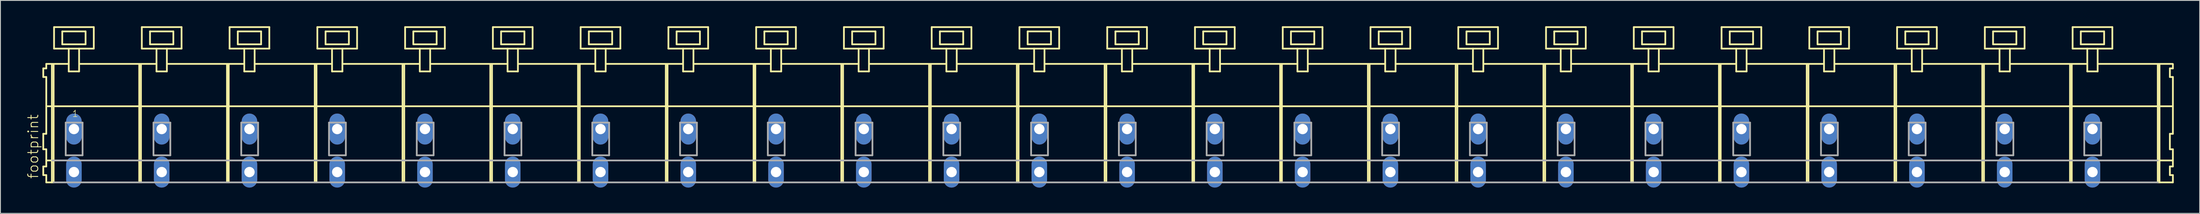
<source format=kicad_pcb>
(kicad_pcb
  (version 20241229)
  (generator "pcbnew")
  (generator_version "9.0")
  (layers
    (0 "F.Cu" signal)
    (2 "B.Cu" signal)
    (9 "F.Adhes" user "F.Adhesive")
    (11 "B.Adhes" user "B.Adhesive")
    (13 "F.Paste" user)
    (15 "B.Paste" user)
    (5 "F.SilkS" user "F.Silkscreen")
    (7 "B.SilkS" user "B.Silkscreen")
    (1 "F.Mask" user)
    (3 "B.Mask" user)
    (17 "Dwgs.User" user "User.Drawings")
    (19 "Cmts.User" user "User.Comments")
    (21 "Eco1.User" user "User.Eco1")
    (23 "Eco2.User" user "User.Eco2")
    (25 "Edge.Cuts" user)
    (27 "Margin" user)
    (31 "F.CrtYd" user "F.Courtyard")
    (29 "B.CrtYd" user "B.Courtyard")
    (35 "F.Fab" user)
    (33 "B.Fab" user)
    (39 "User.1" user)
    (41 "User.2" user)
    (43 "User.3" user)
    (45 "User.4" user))
  (footprint "footprint"
    (layer "F.Cu")
    (at 124.888 11.952)
    (property "Reference" "footprint" (at -123.415 5.855 90) (layer "F.SilkS") (effects (font (size 1.168 1.168) (thickness 0.102)) (justify left bottom)))
    (fp_line (start -122.93 -7.05) (end -122.93 -6.05) (stroke (width 0.203) (type solid)) (layer "F.SilkS"))
    (fp_line (start -122.93 -6.05) (end -122.58 -6.05) (stroke (width 0.203) (type solid)) (layer "F.SilkS"))
    (fp_line (start -122.93 0.55) (end -122.93 2.35) (stroke (width 0.203) (type solid)) (layer "F.SilkS"))
    (fp_line (start -122.93 2.35) (end -122.58 2.35) (stroke (width 0.203) (type solid)) (layer "F.SilkS"))
    (fp_line (start -122.93 4.35) (end -122.93 5.35) (stroke (width 0.203) (type solid)) (layer "F.SilkS"))
    (fp_line (start -122.93 5.35) (end -122.58 5.35) (stroke (width 0.203) (type solid)) (layer "F.SilkS"))
    (fp_line (start -122.58 -7.575) (end -122.58 -7.05) (stroke (width 0.203) (type solid)) (layer "F.SilkS"))
    (fp_line (start -122.58 -7.575) (end -120.005 -7.575) (stroke (width 0.203) (type solid)) (layer "F.SilkS"))
    (fp_line (start -122.58 -7.05) (end -122.93 -7.05) (stroke (width 0.203) (type solid)) (layer "F.SilkS"))
    (fp_line (start -122.58 -6.05) (end -122.58 0.55) (stroke (width 0.203) (type solid)) (layer "F.SilkS"))
    (fp_line (start -122.58 0.55) (end -122.93 0.55) (stroke (width 0.203) (type solid)) (layer "F.SilkS"))
    (fp_line (start -122.58 2.35) (end -122.58 4.35) (stroke (width 0.203) (type solid)) (layer "F.SilkS"))
    (fp_line (start -122.58 3.65) (end -121.88 3.65) (stroke (width 0.203) (type solid)) (layer "F.SilkS"))
    (fp_line (start -122.58 4.35) (end -122.93 4.35) (stroke (width 0.203) (type solid)) (layer "F.SilkS"))
    (fp_line (start -122.58 5.35) (end -122.58 6.2) (stroke (width 0.203) (type solid)) (layer "F.SilkS"))
    (fp_line (start -122.58 6.2) (end -121.93 6.2) (stroke (width 0.203) (type solid)) (layer "F.SilkS"))
    (fp_line (start -122.53 -2.65) (end 123.56 -2.65) (stroke (width 0.203) (type solid)) (layer "F.SilkS"))
    (fp_line (start -121.93 -7.55) (end -121.93 6.2) (stroke (width 0.203) (type solid)) (layer "F.SilkS"))
    (fp_line (start -121.93 6.2) (end -121.73 6.2) (stroke (width 0.203) (type solid)) (layer "F.SilkS"))
    (fp_line (start -121.73 -7.55) (end -121.73 6.2) (stroke (width 0.203) (type solid)) (layer "F.SilkS"))
    (fp_line (start -121.68 -11.85) (end -121.68 -9.35) (stroke (width 0.203) (type solid)) (layer "F.SilkS"))
    (fp_line (start -121.68 -9.35) (end -119.98 -9.35) (stroke (width 0.203) (type solid)) (layer "F.SilkS"))
    (fp_line (start -120.73 -11.35) (end -120.73 -9.85) (stroke (width 0.203) (type solid)) (layer "F.SilkS"))
    (fp_line (start -120.73 -9.85) (end -118.03 -9.85) (stroke (width 0.203) (type solid)) (layer "F.SilkS"))
    (fp_line (start -119.98 -9.35) (end -119.98 -6.7) (stroke (width 0.203) (type solid)) (layer "F.SilkS"))
    (fp_line (start -119.98 -9.35) (end -118.78 -9.35) (stroke (width 0.203) (type solid)) (layer "F.SilkS"))
    (fp_line (start -119.98 -6.7) (end -118.78 -6.7) (stroke (width 0.203) (type solid)) (layer "F.SilkS"))
    (fp_line (start -118.78 -9.35) (end -117.08 -9.35) (stroke (width 0.203) (type solid)) (layer "F.SilkS"))
    (fp_line (start -118.78 -6.7) (end -118.78 -9.35) (stroke (width 0.203) (type solid)) (layer "F.SilkS"))
    (fp_line (start -118.755 -7.575) (end -109.841 -7.575) (stroke (width 0.203) (type solid)) (layer "F.SilkS"))
    (fp_line (start -118.03 -11.35) (end -120.73 -11.35) (stroke (width 0.203) (type solid)) (layer "F.SilkS"))
    (fp_line (start -118.03 -9.85) (end -118.03 -11.35) (stroke (width 0.203) (type solid)) (layer "F.SilkS"))
    (fp_line (start -117.08 -11.85) (end -121.68 -11.85) (stroke (width 0.203) (type solid)) (layer "F.SilkS"))
    (fp_line (start -117.08 -9.35) (end -117.08 -11.85) (stroke (width 0.203) (type solid)) (layer "F.SilkS"))
    (fp_line (start -111.82 -7.55) (end -111.82 6.2) (stroke (width 0.203) (type solid)) (layer "F.SilkS"))
    (fp_line (start -111.62 -7.55) (end -111.62 6.2) (stroke (width 0.203) (type solid)) (layer "F.SilkS"))
    (fp_line (start -111.52 -11.85) (end -111.52 -9.35) (stroke (width 0.203) (type solid)) (layer "F.SilkS"))
    (fp_line (start -111.52 -9.35) (end -109.82 -9.35) (stroke (width 0.203) (type solid)) (layer "F.SilkS"))
    (fp_line (start -110.57 -11.35) (end -110.57 -9.85) (stroke (width 0.203) (type solid)) (layer "F.SilkS"))
    (fp_line (start -110.57 -9.85) (end -107.87 -9.85) (stroke (width 0.203) (type solid)) (layer "F.SilkS"))
    (fp_line (start -109.82 -9.35) (end -109.82 -6.7) (stroke (width 0.203) (type solid)) (layer "F.SilkS"))
    (fp_line (start -109.82 -9.35) (end -108.62 -9.35) (stroke (width 0.203) (type solid)) (layer "F.SilkS"))
    (fp_line (start -109.82 -6.7) (end -108.62 -6.7) (stroke (width 0.203) (type solid)) (layer "F.SilkS"))
    (fp_line (start -108.62 -9.35) (end -106.92 -9.35) (stroke (width 0.203) (type solid)) (layer "F.SilkS"))
    (fp_line (start -108.62 -6.7) (end -108.62 -9.35) (stroke (width 0.203) (type solid)) (layer "F.SilkS"))
    (fp_line (start -108.595 -7.575) (end -99.681 -7.575) (stroke (width 0.203) (type solid)) (layer "F.SilkS"))
    (fp_line (start -107.87 -11.35) (end -110.57 -11.35) (stroke (width 0.203) (type solid)) (layer "F.SilkS"))
    (fp_line (start -107.87 -9.85) (end -107.87 -11.35) (stroke (width 0.203) (type solid)) (layer "F.SilkS"))
    (fp_line (start -106.92 -11.85) (end -111.52 -11.85) (stroke (width 0.203) (type solid)) (layer "F.SilkS"))
    (fp_line (start -106.92 -9.35) (end -106.92 -11.85) (stroke (width 0.203) (type solid)) (layer "F.SilkS"))
    (fp_line (start -101.66 -7.55) (end -101.66 6.2) (stroke (width 0.203) (type solid)) (layer "F.SilkS"))
    (fp_line (start -101.46 -7.55) (end -101.46 6.2) (stroke (width 0.203) (type solid)) (layer "F.SilkS"))
    (fp_line (start -101.36 -11.85) (end -101.36 -9.35) (stroke (width 0.203) (type solid)) (layer "F.SilkS"))
    (fp_line (start -101.36 -9.35) (end -99.66 -9.35) (stroke (width 0.203) (type solid)) (layer "F.SilkS"))
    (fp_line (start -100.41 -11.35) (end -100.41 -9.85) (stroke (width 0.203) (type solid)) (layer "F.SilkS"))
    (fp_line (start -100.41 -9.85) (end -97.71 -9.85) (stroke (width 0.203) (type solid)) (layer "F.SilkS"))
    (fp_line (start -99.66 -9.35) (end -99.66 -6.7) (stroke (width 0.203) (type solid)) (layer "F.SilkS"))
    (fp_line (start -99.66 -9.35) (end -98.46 -9.35) (stroke (width 0.203) (type solid)) (layer "F.SilkS"))
    (fp_line (start -99.66 -6.7) (end -98.46 -6.7) (stroke (width 0.203) (type solid)) (layer "F.SilkS"))
    (fp_line (start -98.46 -9.35) (end -96.76 -9.35) (stroke (width 0.203) (type solid)) (layer "F.SilkS"))
    (fp_line (start -98.46 -6.7) (end -98.46 -9.35) (stroke (width 0.203) (type solid)) (layer "F.SilkS"))
    (fp_line (start -98.435 -7.575) (end -89.521 -7.575) (stroke (width 0.203) (type solid)) (layer "F.SilkS"))
    (fp_line (start -97.71 -11.35) (end -100.41 -11.35) (stroke (width 0.203) (type solid)) (layer "F.SilkS"))
    (fp_line (start -97.71 -9.85) (end -97.71 -11.35) (stroke (width 0.203) (type solid)) (layer "F.SilkS"))
    (fp_line (start -96.76 -11.85) (end -101.36 -11.85) (stroke (width 0.203) (type solid)) (layer "F.SilkS"))
    (fp_line (start -96.76 -9.35) (end -96.76 -11.85) (stroke (width 0.203) (type solid)) (layer "F.SilkS"))
    (fp_line (start -91.5 -7.55) (end -91.5 6.2) (stroke (width 0.203) (type solid)) (layer "F.SilkS"))
    (fp_line (start -91.3 -7.55) (end -91.3 6.2) (stroke (width 0.203) (type solid)) (layer "F.SilkS"))
    (fp_line (start -91.2 -11.85) (end -91.2 -9.35) (stroke (width 0.203) (type solid)) (layer "F.SilkS"))
    (fp_line (start -91.2 -9.35) (end -89.5 -9.35) (stroke (width 0.203) (type solid)) (layer "F.SilkS"))
    (fp_line (start -90.25 -11.35) (end -90.25 -9.85) (stroke (width 0.203) (type solid)) (layer "F.SilkS"))
    (fp_line (start -90.25 -9.85) (end -87.55 -9.85) (stroke (width 0.203) (type solid)) (layer "F.SilkS"))
    (fp_line (start -89.5 -9.35) (end -89.5 -6.7) (stroke (width 0.203) (type solid)) (layer "F.SilkS"))
    (fp_line (start -89.5 -9.35) (end -88.3 -9.35) (stroke (width 0.203) (type solid)) (layer "F.SilkS"))
    (fp_line (start -89.5 -6.7) (end -88.3 -6.7) (stroke (width 0.203) (type solid)) (layer "F.SilkS"))
    (fp_line (start -88.3 -9.35) (end -86.6 -9.35) (stroke (width 0.203) (type solid)) (layer "F.SilkS"))
    (fp_line (start -88.3 -6.7) (end -88.3 -9.35) (stroke (width 0.203) (type solid)) (layer "F.SilkS"))
    (fp_line (start -88.275 -7.575) (end -79.361 -7.575) (stroke (width 0.203) (type solid)) (layer "F.SilkS"))
    (fp_line (start -87.55 -11.35) (end -90.25 -11.35) (stroke (width 0.203) (type solid)) (layer "F.SilkS"))
    (fp_line (start -87.55 -9.85) (end -87.55 -11.35) (stroke (width 0.203) (type solid)) (layer "F.SilkS"))
    (fp_line (start -86.6 -11.85) (end -91.2 -11.85) (stroke (width 0.203) (type solid)) (layer "F.SilkS"))
    (fp_line (start -86.6 -9.35) (end -86.6 -11.85) (stroke (width 0.203) (type solid)) (layer "F.SilkS"))
    (fp_line (start -81.34 -7.55) (end -81.34 6.2) (stroke (width 0.203) (type solid)) (layer "F.SilkS"))
    (fp_line (start -81.14 -7.55) (end -81.14 6.2) (stroke (width 0.203) (type solid)) (layer "F.SilkS"))
    (fp_line (start -81.04 -11.85) (end -81.04 -9.35) (stroke (width 0.203) (type solid)) (layer "F.SilkS"))
    (fp_line (start -81.04 -9.35) (end -79.34 -9.35) (stroke (width 0.203) (type solid)) (layer "F.SilkS"))
    (fp_line (start -80.09 -11.35) (end -80.09 -9.85) (stroke (width 0.203) (type solid)) (layer "F.SilkS"))
    (fp_line (start -80.09 -9.85) (end -77.39 -9.85) (stroke (width 0.203) (type solid)) (layer "F.SilkS"))
    (fp_line (start -79.34 -9.35) (end -79.34 -6.7) (stroke (width 0.203) (type solid)) (layer "F.SilkS"))
    (fp_line (start -79.34 -9.35) (end -78.14 -9.35) (stroke (width 0.203) (type solid)) (layer "F.SilkS"))
    (fp_line (start -79.34 -6.7) (end -78.14 -6.7) (stroke (width 0.203) (type solid)) (layer "F.SilkS"))
    (fp_line (start -78.14 -9.35) (end -76.44 -9.35) (stroke (width 0.203) (type solid)) (layer "F.SilkS"))
    (fp_line (start -78.14 -6.7) (end -78.14 -9.35) (stroke (width 0.203) (type solid)) (layer "F.SilkS"))
    (fp_line (start -78.115 -7.575) (end -69.201 -7.575) (stroke (width 0.203) (type solid)) (layer "F.SilkS"))
    (fp_line (start -77.39 -11.35) (end -80.09 -11.35) (stroke (width 0.203) (type solid)) (layer "F.SilkS"))
    (fp_line (start -77.39 -9.85) (end -77.39 -11.35) (stroke (width 0.203) (type solid)) (layer "F.SilkS"))
    (fp_line (start -76.44 -11.85) (end -81.04 -11.85) (stroke (width 0.203) (type solid)) (layer "F.SilkS"))
    (fp_line (start -76.44 -9.35) (end -76.44 -11.85) (stroke (width 0.203) (type solid)) (layer "F.SilkS"))
    (fp_line (start -71.18 -7.55) (end -71.18 6.2) (stroke (width 0.203) (type solid)) (layer "F.SilkS"))
    (fp_line (start -70.98 -7.55) (end -70.98 6.2) (stroke (width 0.203) (type solid)) (layer "F.SilkS"))
    (fp_line (start -70.88 -11.85) (end -70.88 -9.35) (stroke (width 0.203) (type solid)) (layer "F.SilkS"))
    (fp_line (start -70.88 -9.35) (end -69.18 -9.35) (stroke (width 0.203) (type solid)) (layer "F.SilkS"))
    (fp_line (start -69.93 -11.35) (end -69.93 -9.85) (stroke (width 0.203) (type solid)) (layer "F.SilkS"))
    (fp_line (start -69.93 -9.85) (end -67.23 -9.85) (stroke (width 0.203) (type solid)) (layer "F.SilkS"))
    (fp_line (start -69.18 -9.35) (end -69.18 -6.7) (stroke (width 0.203) (type solid)) (layer "F.SilkS"))
    (fp_line (start -69.18 -9.35) (end -67.98 -9.35) (stroke (width 0.203) (type solid)) (layer "F.SilkS"))
    (fp_line (start -69.18 -6.7) (end -67.98 -6.7) (stroke (width 0.203) (type solid)) (layer "F.SilkS"))
    (fp_line (start -67.98 -9.35) (end -66.28 -9.35) (stroke (width 0.203) (type solid)) (layer "F.SilkS"))
    (fp_line (start -67.98 -6.7) (end -67.98 -9.35) (stroke (width 0.203) (type solid)) (layer "F.SilkS"))
    (fp_line (start -67.955 -7.575) (end -59.041 -7.575) (stroke (width 0.203) (type solid)) (layer "F.SilkS"))
    (fp_line (start -67.23 -11.35) (end -69.93 -11.35) (stroke (width 0.203) (type solid)) (layer "F.SilkS"))
    (fp_line (start -67.23 -9.85) (end -67.23 -11.35) (stroke (width 0.203) (type solid)) (layer "F.SilkS"))
    (fp_line (start -66.28 -11.85) (end -70.88 -11.85) (stroke (width 0.203) (type solid)) (layer "F.SilkS"))
    (fp_line (start -66.28 -9.35) (end -66.28 -11.85) (stroke (width 0.203) (type solid)) (layer "F.SilkS"))
    (fp_line (start -61.02 -7.55) (end -61.02 6.2) (stroke (width 0.203) (type solid)) (layer "F.SilkS"))
    (fp_line (start -60.82 -7.55) (end -60.82 6.2) (stroke (width 0.203) (type solid)) (layer "F.SilkS"))
    (fp_line (start -60.72 -11.85) (end -60.72 -9.35) (stroke (width 0.203) (type solid)) (layer "F.SilkS"))
    (fp_line (start -60.72 -9.35) (end -59.02 -9.35) (stroke (width 0.203) (type solid)) (layer "F.SilkS"))
    (fp_line (start -59.77 -11.35) (end -59.77 -9.85) (stroke (width 0.203) (type solid)) (layer "F.SilkS"))
    (fp_line (start -59.77 -9.85) (end -57.07 -9.85) (stroke (width 0.203) (type solid)) (layer "F.SilkS"))
    (fp_line (start -59.02 -9.35) (end -59.02 -6.7) (stroke (width 0.203) (type solid)) (layer "F.SilkS"))
    (fp_line (start -59.02 -9.35) (end -57.82 -9.35) (stroke (width 0.203) (type solid)) (layer "F.SilkS"))
    (fp_line (start -59.02 -6.7) (end -57.82 -6.7) (stroke (width 0.203) (type solid)) (layer "F.SilkS"))
    (fp_line (start -57.82 -9.35) (end -56.12 -9.35) (stroke (width 0.203) (type solid)) (layer "F.SilkS"))
    (fp_line (start -57.82 -6.7) (end -57.82 -9.35) (stroke (width 0.203) (type solid)) (layer "F.SilkS"))
    (fp_line (start -57.795 -7.575) (end -48.881 -7.575) (stroke (width 0.203) (type solid)) (layer "F.SilkS"))
    (fp_line (start -57.07 -11.35) (end -59.77 -11.35) (stroke (width 0.203) (type solid)) (layer "F.SilkS"))
    (fp_line (start -57.07 -9.85) (end -57.07 -11.35) (stroke (width 0.203) (type solid)) (layer "F.SilkS"))
    (fp_line (start -56.12 -11.85) (end -60.72 -11.85) (stroke (width 0.203) (type solid)) (layer "F.SilkS"))
    (fp_line (start -56.12 -9.35) (end -56.12 -11.85) (stroke (width 0.203) (type solid)) (layer "F.SilkS"))
    (fp_line (start -50.86 -7.55) (end -50.86 6.2) (stroke (width 0.203) (type solid)) (layer "F.SilkS"))
    (fp_line (start -50.66 -7.55) (end -50.66 6.2) (stroke (width 0.203) (type solid)) (layer "F.SilkS"))
    (fp_line (start -50.56 -11.85) (end -50.56 -9.35) (stroke (width 0.203) (type solid)) (layer "F.SilkS"))
    (fp_line (start -50.56 -9.35) (end -48.86 -9.35) (stroke (width 0.203) (type solid)) (layer "F.SilkS"))
    (fp_line (start -49.61 -11.35) (end -49.61 -9.85) (stroke (width 0.203) (type solid)) (layer "F.SilkS"))
    (fp_line (start -49.61 -9.85) (end -46.91 -9.85) (stroke (width 0.203) (type solid)) (layer "F.SilkS"))
    (fp_line (start -48.86 -9.35) (end -48.86 -6.7) (stroke (width 0.203) (type solid)) (layer "F.SilkS"))
    (fp_line (start -48.86 -9.35) (end -47.66 -9.35) (stroke (width 0.203) (type solid)) (layer "F.SilkS"))
    (fp_line (start -48.86 -6.7) (end -47.66 -6.7) (stroke (width 0.203) (type solid)) (layer "F.SilkS"))
    (fp_line (start -47.66 -9.35) (end -45.96 -9.35) (stroke (width 0.203) (type solid)) (layer "F.SilkS"))
    (fp_line (start -47.66 -6.7) (end -47.66 -9.35) (stroke (width 0.203) (type solid)) (layer "F.SilkS"))
    (fp_line (start -47.635 -7.575) (end -38.721 -7.575) (stroke (width 0.203) (type solid)) (layer "F.SilkS"))
    (fp_line (start -46.91 -11.35) (end -49.61 -11.35) (stroke (width 0.203) (type solid)) (layer "F.SilkS"))
    (fp_line (start -46.91 -9.85) (end -46.91 -11.35) (stroke (width 0.203) (type solid)) (layer "F.SilkS"))
    (fp_line (start -45.96 -11.85) (end -50.56 -11.85) (stroke (width 0.203) (type solid)) (layer "F.SilkS"))
    (fp_line (start -45.96 -9.35) (end -45.96 -11.85) (stroke (width 0.203) (type solid)) (layer "F.SilkS"))
    (fp_line (start -40.7 -7.55) (end -40.7 6.2) (stroke (width 0.203) (type solid)) (layer "F.SilkS"))
    (fp_line (start -40.5 -7.55) (end -40.5 6.2) (stroke (width 0.203) (type solid)) (layer "F.SilkS"))
    (fp_line (start -40.4 -11.85) (end -40.4 -9.35) (stroke (width 0.203) (type solid)) (layer "F.SilkS"))
    (fp_line (start -40.4 -9.35) (end -38.7 -9.35) (stroke (width 0.203) (type solid)) (layer "F.SilkS"))
    (fp_line (start -39.45 -11.35) (end -39.45 -9.85) (stroke (width 0.203) (type solid)) (layer "F.SilkS"))
    (fp_line (start -39.45 -9.85) (end -36.75 -9.85) (stroke (width 0.203) (type solid)) (layer "F.SilkS"))
    (fp_line (start -38.7 -9.35) (end -38.7 -6.7) (stroke (width 0.203) (type solid)) (layer "F.SilkS"))
    (fp_line (start -38.7 -9.35) (end -37.5 -9.35) (stroke (width 0.203) (type solid)) (layer "F.SilkS"))
    (fp_line (start -38.7 -6.7) (end -37.5 -6.7) (stroke (width 0.203) (type solid)) (layer "F.SilkS"))
    (fp_line (start -37.5 -9.35) (end -35.8 -9.35) (stroke (width 0.203) (type solid)) (layer "F.SilkS"))
    (fp_line (start -37.5 -6.7) (end -37.5 -9.35) (stroke (width 0.203) (type solid)) (layer "F.SilkS"))
    (fp_line (start -37.475 -7.575) (end -28.561 -7.575) (stroke (width 0.203) (type solid)) (layer "F.SilkS"))
    (fp_line (start -36.75 -11.35) (end -39.45 -11.35) (stroke (width 0.203) (type solid)) (layer "F.SilkS"))
    (fp_line (start -36.75 -9.85) (end -36.75 -11.35) (stroke (width 0.203) (type solid)) (layer "F.SilkS"))
    (fp_line (start -35.8 -11.85) (end -40.4 -11.85) (stroke (width 0.203) (type solid)) (layer "F.SilkS"))
    (fp_line (start -35.8 -9.35) (end -35.8 -11.85) (stroke (width 0.203) (type solid)) (layer "F.SilkS"))
    (fp_line (start -30.54 -7.55) (end -30.54 6.2) (stroke (width 0.203) (type solid)) (layer "F.SilkS"))
    (fp_line (start -30.34 -7.55) (end -30.34 6.2) (stroke (width 0.203) (type solid)) (layer "F.SilkS"))
    (fp_line (start -30.24 -11.85) (end -30.24 -9.35) (stroke (width 0.203) (type solid)) (layer "F.SilkS"))
    (fp_line (start -30.24 -9.35) (end -28.54 -9.35) (stroke (width 0.203) (type solid)) (layer "F.SilkS"))
    (fp_line (start -29.29 -11.35) (end -29.29 -9.85) (stroke (width 0.203) (type solid)) (layer "F.SilkS"))
    (fp_line (start -29.29 -9.85) (end -26.59 -9.85) (stroke (width 0.203) (type solid)) (layer "F.SilkS"))
    (fp_line (start -28.54 -9.35) (end -28.54 -6.7) (stroke (width 0.203) (type solid)) (layer "F.SilkS"))
    (fp_line (start -28.54 -9.35) (end -27.34 -9.35) (stroke (width 0.203) (type solid)) (layer "F.SilkS"))
    (fp_line (start -28.54 -6.7) (end -27.34 -6.7) (stroke (width 0.203) (type solid)) (layer "F.SilkS"))
    (fp_line (start -27.34 -9.35) (end -25.64 -9.35) (stroke (width 0.203) (type solid)) (layer "F.SilkS"))
    (fp_line (start -27.34 -6.7) (end -27.34 -9.35) (stroke (width 0.203) (type solid)) (layer "F.SilkS"))
    (fp_line (start -27.315 -7.575) (end -18.401 -7.575) (stroke (width 0.203) (type solid)) (layer "F.SilkS"))
    (fp_line (start -26.59 -11.35) (end -29.29 -11.35) (stroke (width 0.203) (type solid)) (layer "F.SilkS"))
    (fp_line (start -26.59 -9.85) (end -26.59 -11.35) (stroke (width 0.203) (type solid)) (layer "F.SilkS"))
    (fp_line (start -25.64 -11.85) (end -30.24 -11.85) (stroke (width 0.203) (type solid)) (layer "F.SilkS"))
    (fp_line (start -25.64 -9.35) (end -25.64 -11.85) (stroke (width 0.203) (type solid)) (layer "F.SilkS"))
    (fp_line (start -20.38 -7.55) (end -20.38 6.2) (stroke (width 0.203) (type solid)) (layer "F.SilkS"))
    (fp_line (start -20.18 -7.55) (end -20.18 6.2) (stroke (width 0.203) (type solid)) (layer "F.SilkS"))
    (fp_line (start -20.08 -11.85) (end -20.08 -9.35) (stroke (width 0.203) (type solid)) (layer "F.SilkS"))
    (fp_line (start -20.08 -9.35) (end -18.38 -9.35) (stroke (width 0.203) (type solid)) (layer "F.SilkS"))
    (fp_line (start -19.13 -11.35) (end -19.13 -9.85) (stroke (width 0.203) (type solid)) (layer "F.SilkS"))
    (fp_line (start -19.13 -9.85) (end -16.43 -9.85) (stroke (width 0.203) (type solid)) (layer "F.SilkS"))
    (fp_line (start -18.38 -9.35) (end -18.38 -6.7) (stroke (width 0.203) (type solid)) (layer "F.SilkS"))
    (fp_line (start -18.38 -9.35) (end -17.18 -9.35) (stroke (width 0.203) (type solid)) (layer "F.SilkS"))
    (fp_line (start -18.38 -6.7) (end -17.18 -6.7) (stroke (width 0.203) (type solid)) (layer "F.SilkS"))
    (fp_line (start -17.18 -9.35) (end -15.48 -9.35) (stroke (width 0.203) (type solid)) (layer "F.SilkS"))
    (fp_line (start -17.18 -6.7) (end -17.18 -9.35) (stroke (width 0.203) (type solid)) (layer "F.SilkS"))
    (fp_line (start -17.155 -7.575) (end -8.241 -7.575) (stroke (width 0.203) (type solid)) (layer "F.SilkS"))
    (fp_line (start -16.43 -11.35) (end -19.13 -11.35) (stroke (width 0.203) (type solid)) (layer "F.SilkS"))
    (fp_line (start -16.43 -9.85) (end -16.43 -11.35) (stroke (width 0.203) (type solid)) (layer "F.SilkS"))
    (fp_line (start -15.48 -11.85) (end -20.08 -11.85) (stroke (width 0.203) (type solid)) (layer "F.SilkS"))
    (fp_line (start -15.48 -9.35) (end -15.48 -11.85) (stroke (width 0.203) (type solid)) (layer "F.SilkS"))
    (fp_line (start -10.22 -7.55) (end -10.22 6.2) (stroke (width 0.203) (type solid)) (layer "F.SilkS"))
    (fp_line (start -10.02 -7.55) (end -10.02 6.2) (stroke (width 0.203) (type solid)) (layer "F.SilkS"))
    (fp_line (start -9.92 -11.85) (end -9.92 -9.35) (stroke (width 0.203) (type solid)) (layer "F.SilkS"))
    (fp_line (start -9.92 -9.35) (end -8.22 -9.35) (stroke (width 0.203) (type solid)) (layer "F.SilkS"))
    (fp_line (start -8.97 -11.35) (end -8.97 -9.85) (stroke (width 0.203) (type solid)) (layer "F.SilkS"))
    (fp_line (start -8.97 -9.85) (end -6.27 -9.85) (stroke (width 0.203) (type solid)) (layer "F.SilkS"))
    (fp_line (start -8.22 -9.35) (end -8.22 -6.7) (stroke (width 0.203) (type solid)) (layer "F.SilkS"))
    (fp_line (start -8.22 -9.35) (end -7.02 -9.35) (stroke (width 0.203) (type solid)) (layer "F.SilkS"))
    (fp_line (start -8.22 -6.7) (end -7.02 -6.7) (stroke (width 0.203) (type solid)) (layer "F.SilkS"))
    (fp_line (start -7.02 -9.35) (end -5.32 -9.35) (stroke (width 0.203) (type solid)) (layer "F.SilkS"))
    (fp_line (start -7.02 -6.7) (end -7.02 -9.35) (stroke (width 0.203) (type solid)) (layer "F.SilkS"))
    (fp_line (start -6.995 -7.575) (end 1.919 -7.575) (stroke (width 0.203) (type solid)) (layer "F.SilkS"))
    (fp_line (start -6.27 -11.35) (end -8.97 -11.35) (stroke (width 0.203) (type solid)) (layer "F.SilkS"))
    (fp_line (start -6.27 -9.85) (end -6.27 -11.35) (stroke (width 0.203) (type solid)) (layer "F.SilkS"))
    (fp_line (start -5.32 -11.85) (end -9.92 -11.85) (stroke (width 0.203) (type solid)) (layer "F.SilkS"))
    (fp_line (start -5.32 -9.35) (end -5.32 -11.85) (stroke (width 0.203) (type solid)) (layer "F.SilkS"))
    (fp_line (start -0.06 -7.55) (end -0.06 6.2) (stroke (width 0.203) (type solid)) (layer "F.SilkS"))
    (fp_line (start 0.14 -7.55) (end 0.14 6.2) (stroke (width 0.203) (type solid)) (layer "F.SilkS"))
    (fp_line (start 0.24 -11.85) (end 0.24 -9.35) (stroke (width 0.203) (type solid)) (layer "F.SilkS"))
    (fp_line (start 0.24 -9.35) (end 1.94 -9.35) (stroke (width 0.203) (type solid)) (layer "F.SilkS"))
    (fp_line (start 1.19 -11.35) (end 1.19 -9.85) (stroke (width 0.203) (type solid)) (layer "F.SilkS"))
    (fp_line (start 1.19 -9.85) (end 3.89 -9.85) (stroke (width 0.203) (type solid)) (layer "F.SilkS"))
    (fp_line (start 1.94 -9.35) (end 1.94 -6.7) (stroke (width 0.203) (type solid)) (layer "F.SilkS"))
    (fp_line (start 1.94 -9.35) (end 3.14 -9.35) (stroke (width 0.203) (type solid)) (layer "F.SilkS"))
    (fp_line (start 1.94 -6.7) (end 3.14 -6.7) (stroke (width 0.203) (type solid)) (layer "F.SilkS"))
    (fp_line (start 3.14 -9.35) (end 4.84 -9.35) (stroke (width 0.203) (type solid)) (layer "F.SilkS"))
    (fp_line (start 3.14 -6.7) (end 3.14 -9.35) (stroke (width 0.203) (type solid)) (layer "F.SilkS"))
    (fp_line (start 3.165 -7.575) (end 12.079 -7.575) (stroke (width 0.203) (type solid)) (layer "F.SilkS"))
    (fp_line (start 3.89 -11.35) (end 1.19 -11.35) (stroke (width 0.203) (type solid)) (layer "F.SilkS"))
    (fp_line (start 3.89 -9.85) (end 3.89 -11.35) (stroke (width 0.203) (type solid)) (layer "F.SilkS"))
    (fp_line (start 4.84 -11.85) (end 0.24 -11.85) (stroke (width 0.203) (type solid)) (layer "F.SilkS"))
    (fp_line (start 4.84 -9.35) (end 4.84 -11.85) (stroke (width 0.203) (type solid)) (layer "F.SilkS"))
    (fp_line (start 10.1 -7.55) (end 10.1 6.2) (stroke (width 0.203) (type solid)) (layer "F.SilkS"))
    (fp_line (start 10.3 -7.55) (end 10.3 6.2) (stroke (width 0.203) (type solid)) (layer "F.SilkS"))
    (fp_line (start 10.4 -11.85) (end 10.4 -9.35) (stroke (width 0.203) (type solid)) (layer "F.SilkS"))
    (fp_line (start 10.4 -9.35) (end 12.1 -9.35) (stroke (width 0.203) (type solid)) (layer "F.SilkS"))
    (fp_line (start 11.35 -11.35) (end 11.35 -9.85) (stroke (width 0.203) (type solid)) (layer "F.SilkS"))
    (fp_line (start 11.35 -9.85) (end 14.05 -9.85) (stroke (width 0.203) (type solid)) (layer "F.SilkS"))
    (fp_line (start 12.1 -9.35) (end 12.1 -6.7) (stroke (width 0.203) (type solid)) (layer "F.SilkS"))
    (fp_line (start 12.1 -9.35) (end 13.3 -9.35) (stroke (width 0.203) (type solid)) (layer "F.SilkS"))
    (fp_line (start 12.1 -6.7) (end 13.3 -6.7) (stroke (width 0.203) (type solid)) (layer "F.SilkS"))
    (fp_line (start 13.3 -9.35) (end 15 -9.35) (stroke (width 0.203) (type solid)) (layer "F.SilkS"))
    (fp_line (start 13.3 -6.7) (end 13.3 -9.35) (stroke (width 0.203) (type solid)) (layer "F.SilkS"))
    (fp_line (start 13.325 -7.575) (end 22.239 -7.575) (stroke (width 0.203) (type solid)) (layer "F.SilkS"))
    (fp_line (start 14.05 -11.35) (end 11.35 -11.35) (stroke (width 0.203) (type solid)) (layer "F.SilkS"))
    (fp_line (start 14.05 -9.85) (end 14.05 -11.35) (stroke (width 0.203) (type solid)) (layer "F.SilkS"))
    (fp_line (start 15 -11.85) (end 10.4 -11.85) (stroke (width 0.203) (type solid)) (layer "F.SilkS"))
    (fp_line (start 15 -9.35) (end 15 -11.85) (stroke (width 0.203) (type solid)) (layer "F.SilkS"))
    (fp_line (start 20.26 -7.55) (end 20.26 6.2) (stroke (width 0.203) (type solid)) (layer "F.SilkS"))
    (fp_line (start 20.46 -7.55) (end 20.46 6.2) (stroke (width 0.203) (type solid)) (layer "F.SilkS"))
    (fp_line (start 20.56 -11.85) (end 20.56 -9.35) (stroke (width 0.203) (type solid)) (layer "F.SilkS"))
    (fp_line (start 20.56 -9.35) (end 22.26 -9.35) (stroke (width 0.203) (type solid)) (layer "F.SilkS"))
    (fp_line (start 21.51 -11.35) (end 21.51 -9.85) (stroke (width 0.203) (type solid)) (layer "F.SilkS"))
    (fp_line (start 21.51 -9.85) (end 24.21 -9.85) (stroke (width 0.203) (type solid)) (layer "F.SilkS"))
    (fp_line (start 22.26 -9.35) (end 22.26 -6.7) (stroke (width 0.203) (type solid)) (layer "F.SilkS"))
    (fp_line (start 22.26 -9.35) (end 23.46 -9.35) (stroke (width 0.203) (type solid)) (layer "F.SilkS"))
    (fp_line (start 22.26 -6.7) (end 23.46 -6.7) (stroke (width 0.203) (type solid)) (layer "F.SilkS"))
    (fp_line (start 23.46 -9.35) (end 25.16 -9.35) (stroke (width 0.203) (type solid)) (layer "F.SilkS"))
    (fp_line (start 23.46 -6.7) (end 23.46 -9.35) (stroke (width 0.203) (type solid)) (layer "F.SilkS"))
    (fp_line (start 23.485 -7.575) (end 32.399 -7.575) (stroke (width 0.203) (type solid)) (layer "F.SilkS"))
    (fp_line (start 24.21 -11.35) (end 21.51 -11.35) (stroke (width 0.203) (type solid)) (layer "F.SilkS"))
    (fp_line (start 24.21 -9.85) (end 24.21 -11.35) (stroke (width 0.203) (type solid)) (layer "F.SilkS"))
    (fp_line (start 25.16 -11.85) (end 20.56 -11.85) (stroke (width 0.203) (type solid)) (layer "F.SilkS"))
    (fp_line (start 25.16 -9.35) (end 25.16 -11.85) (stroke (width 0.203) (type solid)) (layer "F.SilkS"))
    (fp_line (start 30.42 -7.55) (end 30.42 6.2) (stroke (width 0.203) (type solid)) (layer "F.SilkS"))
    (fp_line (start 30.62 -7.55) (end 30.62 6.2) (stroke (width 0.203) (type solid)) (layer "F.SilkS"))
    (fp_line (start 30.72 -11.85) (end 30.72 -9.35) (stroke (width 0.203) (type solid)) (layer "F.SilkS"))
    (fp_line (start 30.72 -9.35) (end 32.42 -9.35) (stroke (width 0.203) (type solid)) (layer "F.SilkS"))
    (fp_line (start 31.67 -11.35) (end 31.67 -9.85) (stroke (width 0.203) (type solid)) (layer "F.SilkS"))
    (fp_line (start 31.67 -9.85) (end 34.37 -9.85) (stroke (width 0.203) (type solid)) (layer "F.SilkS"))
    (fp_line (start 32.42 -9.35) (end 32.42 -6.7) (stroke (width 0.203) (type solid)) (layer "F.SilkS"))
    (fp_line (start 32.42 -9.35) (end 33.62 -9.35) (stroke (width 0.203) (type solid)) (layer "F.SilkS"))
    (fp_line (start 32.42 -6.7) (end 33.62 -6.7) (stroke (width 0.203) (type solid)) (layer "F.SilkS"))
    (fp_line (start 33.62 -9.35) (end 35.32 -9.35) (stroke (width 0.203) (type solid)) (layer "F.SilkS"))
    (fp_line (start 33.62 -6.7) (end 33.62 -9.35) (stroke (width 0.203) (type solid)) (layer "F.SilkS"))
    (fp_line (start 33.645 -7.575) (end 42.559 -7.575) (stroke (width 0.203) (type solid)) (layer "F.SilkS"))
    (fp_line (start 34.37 -11.35) (end 31.67 -11.35) (stroke (width 0.203) (type solid)) (layer "F.SilkS"))
    (fp_line (start 34.37 -9.85) (end 34.37 -11.35) (stroke (width 0.203) (type solid)) (layer "F.SilkS"))
    (fp_line (start 35.32 -11.85) (end 30.72 -11.85) (stroke (width 0.203) (type solid)) (layer "F.SilkS"))
    (fp_line (start 35.32 -9.35) (end 35.32 -11.85) (stroke (width 0.203) (type solid)) (layer "F.SilkS"))
    (fp_line (start 40.58 -7.55) (end 40.58 6.2) (stroke (width 0.203) (type solid)) (layer "F.SilkS"))
    (fp_line (start 40.78 -7.55) (end 40.78 6.2) (stroke (width 0.203) (type solid)) (layer "F.SilkS"))
    (fp_line (start 40.88 -11.85) (end 40.88 -9.35) (stroke (width 0.203) (type solid)) (layer "F.SilkS"))
    (fp_line (start 40.88 -9.35) (end 42.58 -9.35) (stroke (width 0.203) (type solid)) (layer "F.SilkS"))
    (fp_line (start 41.83 -11.35) (end 41.83 -9.85) (stroke (width 0.203) (type solid)) (layer "F.SilkS"))
    (fp_line (start 41.83 -9.85) (end 44.53 -9.85) (stroke (width 0.203) (type solid)) (layer "F.SilkS"))
    (fp_line (start 42.58 -9.35) (end 42.58 -6.7) (stroke (width 0.203) (type solid)) (layer "F.SilkS"))
    (fp_line (start 42.58 -9.35) (end 43.78 -9.35) (stroke (width 0.203) (type solid)) (layer "F.SilkS"))
    (fp_line (start 42.58 -6.7) (end 43.78 -6.7) (stroke (width 0.203) (type solid)) (layer "F.SilkS"))
    (fp_line (start 43.78 -9.35) (end 45.48 -9.35) (stroke (width 0.203) (type solid)) (layer "F.SilkS"))
    (fp_line (start 43.78 -6.7) (end 43.78 -9.35) (stroke (width 0.203) (type solid)) (layer "F.SilkS"))
    (fp_line (start 43.805 -7.575) (end 52.719 -7.575) (stroke (width 0.203) (type solid)) (layer "F.SilkS"))
    (fp_line (start 44.53 -11.35) (end 41.83 -11.35) (stroke (width 0.203) (type solid)) (layer "F.SilkS"))
    (fp_line (start 44.53 -9.85) (end 44.53 -11.35) (stroke (width 0.203) (type solid)) (layer "F.SilkS"))
    (fp_line (start 45.48 -11.85) (end 40.88 -11.85) (stroke (width 0.203) (type solid)) (layer "F.SilkS"))
    (fp_line (start 45.48 -9.35) (end 45.48 -11.85) (stroke (width 0.203) (type solid)) (layer "F.SilkS"))
    (fp_line (start 50.74 -7.55) (end 50.74 6.2) (stroke (width 0.203) (type solid)) (layer "F.SilkS"))
    (fp_line (start 50.94 -7.55) (end 50.94 6.2) (stroke (width 0.203) (type solid)) (layer "F.SilkS"))
    (fp_line (start 51.04 -11.85) (end 51.04 -9.35) (stroke (width 0.203) (type solid)) (layer "F.SilkS"))
    (fp_line (start 51.04 -9.35) (end 52.74 -9.35) (stroke (width 0.203) (type solid)) (layer "F.SilkS"))
    (fp_line (start 51.99 -11.35) (end 51.99 -9.85) (stroke (width 0.203) (type solid)) (layer "F.SilkS"))
    (fp_line (start 51.99 -9.85) (end 54.69 -9.85) (stroke (width 0.203) (type solid)) (layer "F.SilkS"))
    (fp_line (start 52.74 -9.35) (end 52.74 -6.7) (stroke (width 0.203) (type solid)) (layer "F.SilkS"))
    (fp_line (start 52.74 -9.35) (end 53.94 -9.35) (stroke (width 0.203) (type solid)) (layer "F.SilkS"))
    (fp_line (start 52.74 -6.7) (end 53.94 -6.7) (stroke (width 0.203) (type solid)) (layer "F.SilkS"))
    (fp_line (start 53.94 -9.35) (end 55.64 -9.35) (stroke (width 0.203) (type solid)) (layer "F.SilkS"))
    (fp_line (start 53.94 -6.7) (end 53.94 -9.35) (stroke (width 0.203) (type solid)) (layer "F.SilkS"))
    (fp_line (start 53.965 -7.575) (end 62.879 -7.575) (stroke (width 0.203) (type solid)) (layer "F.SilkS"))
    (fp_line (start 54.69 -11.35) (end 51.99 -11.35) (stroke (width 0.203) (type solid)) (layer "F.SilkS"))
    (fp_line (start 54.69 -9.85) (end 54.69 -11.35) (stroke (width 0.203) (type solid)) (layer "F.SilkS"))
    (fp_line (start 55.64 -11.85) (end 51.04 -11.85) (stroke (width 0.203) (type solid)) (layer "F.SilkS"))
    (fp_line (start 55.64 -9.35) (end 55.64 -11.85) (stroke (width 0.203) (type solid)) (layer "F.SilkS"))
    (fp_line (start 60.9 -7.55) (end 60.9 6.2) (stroke (width 0.203) (type solid)) (layer "F.SilkS"))
    (fp_line (start 61.1 -7.55) (end 61.1 6.2) (stroke (width 0.203) (type solid)) (layer "F.SilkS"))
    (fp_line (start 61.2 -11.85) (end 61.2 -9.35) (stroke (width 0.203) (type solid)) (layer "F.SilkS"))
    (fp_line (start 61.2 -9.35) (end 62.9 -9.35) (stroke (width 0.203) (type solid)) (layer "F.SilkS"))
    (fp_line (start 62.15 -11.35) (end 62.15 -9.85) (stroke (width 0.203) (type solid)) (layer "F.SilkS"))
    (fp_line (start 62.15 -9.85) (end 64.85 -9.85) (stroke (width 0.203) (type solid)) (layer "F.SilkS"))
    (fp_line (start 62.9 -9.35) (end 62.9 -6.7) (stroke (width 0.203) (type solid)) (layer "F.SilkS"))
    (fp_line (start 62.9 -9.35) (end 64.1 -9.35) (stroke (width 0.203) (type solid)) (layer "F.SilkS"))
    (fp_line (start 62.9 -6.7) (end 64.1 -6.7) (stroke (width 0.203) (type solid)) (layer "F.SilkS"))
    (fp_line (start 64.1 -9.35) (end 65.8 -9.35) (stroke (width 0.203) (type solid)) (layer "F.SilkS"))
    (fp_line (start 64.1 -6.7) (end 64.1 -9.35) (stroke (width 0.203) (type solid)) (layer "F.SilkS"))
    (fp_line (start 64.125 -7.575) (end 73.039 -7.575) (stroke (width 0.203) (type solid)) (layer "F.SilkS"))
    (fp_line (start 64.85 -11.35) (end 62.15 -11.35) (stroke (width 0.203) (type solid)) (layer "F.SilkS"))
    (fp_line (start 64.85 -9.85) (end 64.85 -11.35) (stroke (width 0.203) (type solid)) (layer "F.SilkS"))
    (fp_line (start 65.8 -11.85) (end 61.2 -11.85) (stroke (width 0.203) (type solid)) (layer "F.SilkS"))
    (fp_line (start 65.8 -9.35) (end 65.8 -11.85) (stroke (width 0.203) (type solid)) (layer "F.SilkS"))
    (fp_line (start 71.06 -7.55) (end 71.06 6.2) (stroke (width 0.203) (type solid)) (layer "F.SilkS"))
    (fp_line (start 71.26 -7.55) (end 71.26 6.2) (stroke (width 0.203) (type solid)) (layer "F.SilkS"))
    (fp_line (start 71.36 -11.85) (end 71.36 -9.35) (stroke (width 0.203) (type solid)) (layer "F.SilkS"))
    (fp_line (start 71.36 -9.35) (end 73.06 -9.35) (stroke (width 0.203) (type solid)) (layer "F.SilkS"))
    (fp_line (start 72.31 -11.35) (end 72.31 -9.85) (stroke (width 0.203) (type solid)) (layer "F.SilkS"))
    (fp_line (start 72.31 -9.85) (end 75.01 -9.85) (stroke (width 0.203) (type solid)) (layer "F.SilkS"))
    (fp_line (start 73.06 -9.35) (end 73.06 -6.7) (stroke (width 0.203) (type solid)) (layer "F.SilkS"))
    (fp_line (start 73.06 -9.35) (end 74.26 -9.35) (stroke (width 0.203) (type solid)) (layer "F.SilkS"))
    (fp_line (start 73.06 -6.7) (end 74.26 -6.7) (stroke (width 0.203) (type solid)) (layer "F.SilkS"))
    (fp_line (start 74.26 -9.35) (end 75.96 -9.35) (stroke (width 0.203) (type solid)) (layer "F.SilkS"))
    (fp_line (start 74.26 -6.7) (end 74.26 -9.35) (stroke (width 0.203) (type solid)) (layer "F.SilkS"))
    (fp_line (start 74.285 -7.575) (end 83.199 -7.575) (stroke (width 0.203) (type solid)) (layer "F.SilkS"))
    (fp_line (start 75.01 -11.35) (end 72.31 -11.35) (stroke (width 0.203) (type solid)) (layer "F.SilkS"))
    (fp_line (start 75.01 -9.85) (end 75.01 -11.35) (stroke (width 0.203) (type solid)) (layer "F.SilkS"))
    (fp_line (start 75.96 -11.85) (end 71.36 -11.85) (stroke (width 0.203) (type solid)) (layer "F.SilkS"))
    (fp_line (start 75.96 -9.35) (end 75.96 -11.85) (stroke (width 0.203) (type solid)) (layer "F.SilkS"))
    (fp_line (start 81.22 -7.55) (end 81.22 6.2) (stroke (width 0.203) (type solid)) (layer "F.SilkS"))
    (fp_line (start 81.42 -7.55) (end 81.42 6.2) (stroke (width 0.203) (type solid)) (layer "F.SilkS"))
    (fp_line (start 81.52 -11.85) (end 81.52 -9.35) (stroke (width 0.203) (type solid)) (layer "F.SilkS"))
    (fp_line (start 81.52 -9.35) (end 83.22 -9.35) (stroke (width 0.203) (type solid)) (layer "F.SilkS"))
    (fp_line (start 82.47 -11.35) (end 82.47 -9.85) (stroke (width 0.203) (type solid)) (layer "F.SilkS"))
    (fp_line (start 82.47 -9.85) (end 85.17 -9.85) (stroke (width 0.203) (type solid)) (layer "F.SilkS"))
    (fp_line (start 83.22 -9.35) (end 83.22 -6.7) (stroke (width 0.203) (type solid)) (layer "F.SilkS"))
    (fp_line (start 83.22 -9.35) (end 84.42 -9.35) (stroke (width 0.203) (type solid)) (layer "F.SilkS"))
    (fp_line (start 83.22 -6.7) (end 84.42 -6.7) (stroke (width 0.203) (type solid)) (layer "F.SilkS"))
    (fp_line (start 84.42 -9.35) (end 86.12 -9.35) (stroke (width 0.203) (type solid)) (layer "F.SilkS"))
    (fp_line (start 84.42 -6.7) (end 84.42 -9.35) (stroke (width 0.203) (type solid)) (layer "F.SilkS"))
    (fp_line (start 84.445 -7.575) (end 93.359 -7.575) (stroke (width 0.203) (type solid)) (layer "F.SilkS"))
    (fp_line (start 85.17 -11.35) (end 82.47 -11.35) (stroke (width 0.203) (type solid)) (layer "F.SilkS"))
    (fp_line (start 85.17 -9.85) (end 85.17 -11.35) (stroke (width 0.203) (type solid)) (layer "F.SilkS"))
    (fp_line (start 86.12 -11.85) (end 81.52 -11.85) (stroke (width 0.203) (type solid)) (layer "F.SilkS"))
    (fp_line (start 86.12 -9.35) (end 86.12 -11.85) (stroke (width 0.203) (type solid)) (layer "F.SilkS"))
    (fp_line (start 91.38 -7.55) (end 91.38 6.2) (stroke (width 0.203) (type solid)) (layer "F.SilkS"))
    (fp_line (start 91.58 -7.55) (end 91.58 6.2) (stroke (width 0.203) (type solid)) (layer "F.SilkS"))
    (fp_line (start 91.68 -11.85) (end 91.68 -9.35) (stroke (width 0.203) (type solid)) (layer "F.SilkS"))
    (fp_line (start 91.68 -9.35) (end 93.38 -9.35) (stroke (width 0.203) (type solid)) (layer "F.SilkS"))
    (fp_line (start 92.63 -11.35) (end 92.63 -9.85) (stroke (width 0.203) (type solid)) (layer "F.SilkS"))
    (fp_line (start 92.63 -9.85) (end 95.33 -9.85) (stroke (width 0.203) (type solid)) (layer "F.SilkS"))
    (fp_line (start 93.38 -9.35) (end 93.38 -6.7) (stroke (width 0.203) (type solid)) (layer "F.SilkS"))
    (fp_line (start 93.38 -9.35) (end 94.58 -9.35) (stroke (width 0.203) (type solid)) (layer "F.SilkS"))
    (fp_line (start 93.38 -6.7) (end 94.58 -6.7) (stroke (width 0.203) (type solid)) (layer "F.SilkS"))
    (fp_line (start 94.58 -9.35) (end 96.28 -9.35) (stroke (width 0.203) (type solid)) (layer "F.SilkS"))
    (fp_line (start 94.58 -6.7) (end 94.58 -9.35) (stroke (width 0.203) (type solid)) (layer "F.SilkS"))
    (fp_line (start 94.605 -7.575) (end 103.519 -7.575) (stroke (width 0.203) (type solid)) (layer "F.SilkS"))
    (fp_line (start 95.33 -11.35) (end 92.63 -11.35) (stroke (width 0.203) (type solid)) (layer "F.SilkS"))
    (fp_line (start 95.33 -9.85) (end 95.33 -11.35) (stroke (width 0.203) (type solid)) (layer "F.SilkS"))
    (fp_line (start 96.28 -11.85) (end 91.68 -11.85) (stroke (width 0.203) (type solid)) (layer "F.SilkS"))
    (fp_line (start 96.28 -9.35) (end 96.28 -11.85) (stroke (width 0.203) (type solid)) (layer "F.SilkS"))
    (fp_line (start 101.54 -7.55) (end 101.54 6.2) (stroke (width 0.203) (type solid)) (layer "F.SilkS"))
    (fp_line (start 101.74 -7.55) (end 101.74 6.2) (stroke (width 0.203) (type solid)) (layer "F.SilkS"))
    (fp_line (start 101.84 -11.85) (end 101.84 -9.35) (stroke (width 0.203) (type solid)) (layer "F.SilkS"))
    (fp_line (start 101.84 -9.35) (end 103.54 -9.35) (stroke (width 0.203) (type solid)) (layer "F.SilkS"))
    (fp_line (start 102.79 -11.35) (end 102.79 -9.85) (stroke (width 0.203) (type solid)) (layer "F.SilkS"))
    (fp_line (start 102.79 -9.85) (end 105.49 -9.85) (stroke (width 0.203) (type solid)) (layer "F.SilkS"))
    (fp_line (start 103.54 -9.35) (end 103.54 -6.7) (stroke (width 0.203) (type solid)) (layer "F.SilkS"))
    (fp_line (start 103.54 -9.35) (end 104.74 -9.35) (stroke (width 0.203) (type solid)) (layer "F.SilkS"))
    (fp_line (start 103.54 -6.7) (end 104.74 -6.7) (stroke (width 0.203) (type solid)) (layer "F.SilkS"))
    (fp_line (start 104.74 -9.35) (end 106.44 -9.35) (stroke (width 0.203) (type solid)) (layer "F.SilkS"))
    (fp_line (start 104.74 -6.7) (end 104.74 -9.35) (stroke (width 0.203) (type solid)) (layer "F.SilkS"))
    (fp_line (start 104.765 -7.575) (end 113.679 -7.575) (stroke (width 0.203) (type solid)) (layer "F.SilkS"))
    (fp_line (start 105.49 -11.35) (end 102.79 -11.35) (stroke (width 0.203) (type solid)) (layer "F.SilkS"))
    (fp_line (start 105.49 -9.85) (end 105.49 -11.35) (stroke (width 0.203) (type solid)) (layer "F.SilkS"))
    (fp_line (start 106.44 -11.85) (end 101.84 -11.85) (stroke (width 0.203) (type solid)) (layer "F.SilkS"))
    (fp_line (start 106.44 -9.35) (end 106.44 -11.85) (stroke (width 0.203) (type solid)) (layer "F.SilkS"))
    (fp_line (start 111.7 -7.55) (end 111.7 6.2) (stroke (width 0.203) (type solid)) (layer "F.SilkS"))
    (fp_line (start 111.9 -7.55) (end 111.9 6.2) (stroke (width 0.203) (type solid)) (layer "F.SilkS"))
    (fp_line (start 112 -11.85) (end 112 -9.35) (stroke (width 0.203) (type solid)) (layer "F.SilkS"))
    (fp_line (start 112 -9.35) (end 113.7 -9.35) (stroke (width 0.203) (type solid)) (layer "F.SilkS"))
    (fp_line (start 112.95 -11.35) (end 112.95 -9.85) (stroke (width 0.203) (type solid)) (layer "F.SilkS"))
    (fp_line (start 112.95 -9.85) (end 115.65 -9.85) (stroke (width 0.203) (type solid)) (layer "F.SilkS"))
    (fp_line (start 113.7 -9.35) (end 113.7 -6.7) (stroke (width 0.203) (type solid)) (layer "F.SilkS"))
    (fp_line (start 113.7 -9.35) (end 114.9 -9.35) (stroke (width 0.203) (type solid)) (layer "F.SilkS"))
    (fp_line (start 113.7 -6.7) (end 114.9 -6.7) (stroke (width 0.203) (type solid)) (layer "F.SilkS"))
    (fp_line (start 114.9 -9.35) (end 116.6 -9.35) (stroke (width 0.203) (type solid)) (layer "F.SilkS"))
    (fp_line (start 114.9 -6.7) (end 114.9 -9.35) (stroke (width 0.203) (type solid)) (layer "F.SilkS"))
    (fp_line (start 114.925 -7.575) (end 123.585 -7.575) (stroke (width 0.203) (type solid)) (layer "F.SilkS"))
    (fp_line (start 115.65 -11.35) (end 112.95 -11.35) (stroke (width 0.203) (type solid)) (layer "F.SilkS"))
    (fp_line (start 115.65 -9.85) (end 115.65 -11.35) (stroke (width 0.203) (type solid)) (layer "F.SilkS"))
    (fp_line (start 116.6 -11.85) (end 112 -11.85) (stroke (width 0.203) (type solid)) (layer "F.SilkS"))
    (fp_line (start 116.6 -9.35) (end 116.6 -11.85) (stroke (width 0.203) (type solid)) (layer "F.SilkS"))
    (fp_line (start 121.86 -7.55) (end 121.86 6.2) (stroke (width 0.203) (type solid)) (layer "F.SilkS"))
    (fp_line (start 121.86 6.2) (end 123.61 6.2) (stroke (width 0.203) (type solid)) (layer "F.SilkS"))
    (fp_line (start 121.91 3.65) (end 123.61 3.65) (stroke (width 0.203) (type solid)) (layer "F.SilkS"))
    (fp_line (start 122.06 -7.55) (end 122.06 6.2) (stroke (width 0.203) (type solid)) (layer "F.SilkS"))
    (fp_line (start 123.26 -7.05) (end 123.26 -6.05) (stroke (width 0.203) (type solid)) (layer "F.SilkS"))
    (fp_line (start 123.26 -6.05) (end 123.61 -6.05) (stroke (width 0.203) (type solid)) (layer "F.SilkS"))
    (fp_line (start 123.26 0.55) (end 123.26 2.35) (stroke (width 0.203) (type solid)) (layer "F.SilkS"))
    (fp_line (start 123.26 2.35) (end 123.61 2.35) (stroke (width 0.203) (type solid)) (layer "F.SilkS"))
    (fp_line (start 123.26 4.35) (end 123.26 5.35) (stroke (width 0.203) (type solid)) (layer "F.SilkS"))
    (fp_line (start 123.26 5.35) (end 123.61 5.35) (stroke (width 0.203) (type solid)) (layer "F.SilkS"))
    (fp_line (start 123.61 -7.05) (end 123.26 -7.05) (stroke (width 0.203) (type solid)) (layer "F.SilkS"))
    (fp_line (start 123.61 -7.05) (end 123.61 -7.55) (stroke (width 0.203) (type solid)) (layer "F.SilkS"))
    (fp_line (start 123.61 0.55) (end 123.26 0.55) (stroke (width 0.203) (type solid)) (layer "F.SilkS"))
    (fp_line (start 123.61 0.55) (end 123.61 -6.05) (stroke (width 0.203) (type solid)) (layer "F.SilkS"))
    (fp_line (start 123.61 3.65) (end 123.61 2.35) (stroke (width 0.203) (type solid)) (layer "F.SilkS"))
    (fp_line (start 123.61 4.35) (end 123.26 4.35) (stroke (width 0.203) (type solid)) (layer "F.SilkS"))
    (fp_line (start 123.61 4.35) (end 123.61 3.65) (stroke (width 0.203) (type solid)) (layer "F.SilkS"))
    (fp_line (start 123.61 6.2) (end 123.61 5.35) (stroke (width 0.203) (type solid)) (layer "F.SilkS"))
    (fp_line (start -121.88 3.65) (end 121.86 3.65) (stroke (width 0.203) (type solid)) (layer "F.Fab"))
    (fp_line (start -121.73 6.2) (end 121.86 6.2) (stroke (width 0.203) (type solid)) (layer "F.Fab"))
    (fp_line (start -120.33 -0.75) (end -120.33 3.05) (stroke (width 0.203) (type solid)) (layer "F.Fab"))
    (fp_line (start -120.33 3.05) (end -118.38 3.05) (stroke (width 0.203) (type solid)) (layer "F.Fab"))
    (fp_line (start -118.38 -0.75) (end -120.33 -0.75) (stroke (width 0.203) (type solid)) (layer "F.Fab"))
    (fp_line (start -118.38 3.05) (end -118.38 -0.75) (stroke (width 0.203) (type solid)) (layer "F.Fab"))
    (fp_line (start -110.17 -0.75) (end -110.17 3.05) (stroke (width 0.203) (type solid)) (layer "F.Fab"))
    (fp_line (start -110.17 3.05) (end -108.22 3.05) (stroke (width 0.203) (type solid)) (layer "F.Fab"))
    (fp_line (start -108.22 -0.75) (end -110.17 -0.75) (stroke (width 0.203) (type solid)) (layer "F.Fab"))
    (fp_line (start -108.22 3.05) (end -108.22 -0.75) (stroke (width 0.203) (type solid)) (layer "F.Fab"))
    (fp_line (start -100.01 -0.75) (end -100.01 3.05) (stroke (width 0.203) (type solid)) (layer "F.Fab"))
    (fp_line (start -100.01 3.05) (end -98.06 3.05) (stroke (width 0.203) (type solid)) (layer "F.Fab"))
    (fp_line (start -98.06 -0.75) (end -100.01 -0.75) (stroke (width 0.203) (type solid)) (layer "F.Fab"))
    (fp_line (start -98.06 3.05) (end -98.06 -0.75) (stroke (width 0.203) (type solid)) (layer "F.Fab"))
    (fp_line (start -89.85 -0.75) (end -89.85 3.05) (stroke (width 0.203) (type solid)) (layer "F.Fab"))
    (fp_line (start -89.85 3.05) (end -87.9 3.05) (stroke (width 0.203) (type solid)) (layer "F.Fab"))
    (fp_line (start -87.9 -0.75) (end -89.85 -0.75) (stroke (width 0.203) (type solid)) (layer "F.Fab"))
    (fp_line (start -87.9 3.05) (end -87.9 -0.75) (stroke (width 0.203) (type solid)) (layer "F.Fab"))
    (fp_line (start -79.69 -0.75) (end -79.69 3.05) (stroke (width 0.203) (type solid)) (layer "F.Fab"))
    (fp_line (start -79.69 3.05) (end -77.74 3.05) (stroke (width 0.203) (type solid)) (layer "F.Fab"))
    (fp_line (start -77.74 -0.75) (end -79.69 -0.75) (stroke (width 0.203) (type solid)) (layer "F.Fab"))
    (fp_line (start -77.74 3.05) (end -77.74 -0.75) (stroke (width 0.203) (type solid)) (layer "F.Fab"))
    (fp_line (start -69.53 -0.75) (end -69.53 3.05) (stroke (width 0.203) (type solid)) (layer "F.Fab"))
    (fp_line (start -69.53 3.05) (end -67.58 3.05) (stroke (width 0.203) (type solid)) (layer "F.Fab"))
    (fp_line (start -67.58 -0.75) (end -69.53 -0.75) (stroke (width 0.203) (type solid)) (layer "F.Fab"))
    (fp_line (start -67.58 3.05) (end -67.58 -0.75) (stroke (width 0.203) (type solid)) (layer "F.Fab"))
    (fp_line (start -59.37 -0.75) (end -59.37 3.05) (stroke (width 0.203) (type solid)) (layer "F.Fab"))
    (fp_line (start -59.37 3.05) (end -57.42 3.05) (stroke (width 0.203) (type solid)) (layer "F.Fab"))
    (fp_line (start -57.42 -0.75) (end -59.37 -0.75) (stroke (width 0.203) (type solid)) (layer "F.Fab"))
    (fp_line (start -57.42 3.05) (end -57.42 -0.75) (stroke (width 0.203) (type solid)) (layer "F.Fab"))
    (fp_line (start -49.21 -0.75) (end -49.21 3.05) (stroke (width 0.203) (type solid)) (layer "F.Fab"))
    (fp_line (start -49.21 3.05) (end -47.26 3.05) (stroke (width 0.203) (type solid)) (layer "F.Fab"))
    (fp_line (start -47.26 -0.75) (end -49.21 -0.75) (stroke (width 0.203) (type solid)) (layer "F.Fab"))
    (fp_line (start -47.26 3.05) (end -47.26 -0.75) (stroke (width 0.203) (type solid)) (layer "F.Fab"))
    (fp_line (start -39.05 -0.75) (end -39.05 3.05) (stroke (width 0.203) (type solid)) (layer "F.Fab"))
    (fp_line (start -39.05 3.05) (end -37.1 3.05) (stroke (width 0.203) (type solid)) (layer "F.Fab"))
    (fp_line (start -37.1 -0.75) (end -39.05 -0.75) (stroke (width 0.203) (type solid)) (layer "F.Fab"))
    (fp_line (start -37.1 3.05) (end -37.1 -0.75) (stroke (width 0.203) (type solid)) (layer "F.Fab"))
    (fp_line (start -28.89 -0.75) (end -28.89 3.05) (stroke (width 0.203) (type solid)) (layer "F.Fab"))
    (fp_line (start -28.89 3.05) (end -26.94 3.05) (stroke (width 0.203) (type solid)) (layer "F.Fab"))
    (fp_line (start -26.94 -0.75) (end -28.89 -0.75) (stroke (width 0.203) (type solid)) (layer "F.Fab"))
    (fp_line (start -26.94 3.05) (end -26.94 -0.75) (stroke (width 0.203) (type solid)) (layer "F.Fab"))
    (fp_line (start -18.73 -0.75) (end -18.73 3.05) (stroke (width 0.203) (type solid)) (layer "F.Fab"))
    (fp_line (start -18.73 3.05) (end -16.78 3.05) (stroke (width 0.203) (type solid)) (layer "F.Fab"))
    (fp_line (start -16.78 -0.75) (end -18.73 -0.75) (stroke (width 0.203) (type solid)) (layer "F.Fab"))
    (fp_line (start -16.78 3.05) (end -16.78 -0.75) (stroke (width 0.203) (type solid)) (layer "F.Fab"))
    (fp_line (start -8.57 -0.75) (end -8.57 3.05) (stroke (width 0.203) (type solid)) (layer "F.Fab"))
    (fp_line (start -8.57 3.05) (end -6.62 3.05) (stroke (width 0.203) (type solid)) (layer "F.Fab"))
    (fp_line (start -6.62 -0.75) (end -8.57 -0.75) (stroke (width 0.203) (type solid)) (layer "F.Fab"))
    (fp_line (start -6.62 3.05) (end -6.62 -0.75) (stroke (width 0.203) (type solid)) (layer "F.Fab"))
    (fp_line (start 1.59 -0.75) (end 1.59 3.05) (stroke (width 0.203) (type solid)) (layer "F.Fab"))
    (fp_line (start 1.59 3.05) (end 3.54 3.05) (stroke (width 0.203) (type solid)) (layer "F.Fab"))
    (fp_line (start 3.54 -0.75) (end 1.59 -0.75) (stroke (width 0.203) (type solid)) (layer "F.Fab"))
    (fp_line (start 3.54 3.05) (end 3.54 -0.75) (stroke (width 0.203) (type solid)) (layer "F.Fab"))
    (fp_line (start 11.75 -0.75) (end 11.75 3.05) (stroke (width 0.203) (type solid)) (layer "F.Fab"))
    (fp_line (start 11.75 3.05) (end 13.7 3.05) (stroke (width 0.203) (type solid)) (layer "F.Fab"))
    (fp_line (start 13.7 -0.75) (end 11.75 -0.75) (stroke (width 0.203) (type solid)) (layer "F.Fab"))
    (fp_line (start 13.7 3.05) (end 13.7 -0.75) (stroke (width 0.203) (type solid)) (layer "F.Fab"))
    (fp_line (start 21.91 -0.75) (end 21.91 3.05) (stroke (width 0.203) (type solid)) (layer "F.Fab"))
    (fp_line (start 21.91 3.05) (end 23.86 3.05) (stroke (width 0.203) (type solid)) (layer "F.Fab"))
    (fp_line (start 23.86 -0.75) (end 21.91 -0.75) (stroke (width 0.203) (type solid)) (layer "F.Fab"))
    (fp_line (start 23.86 3.05) (end 23.86 -0.75) (stroke (width 0.203) (type solid)) (layer "F.Fab"))
    (fp_line (start 32.07 -0.75) (end 32.07 3.05) (stroke (width 0.203) (type solid)) (layer "F.Fab"))
    (fp_line (start 32.07 3.05) (end 34.02 3.05) (stroke (width 0.203) (type solid)) (layer "F.Fab"))
    (fp_line (start 34.02 -0.75) (end 32.07 -0.75) (stroke (width 0.203) (type solid)) (layer "F.Fab"))
    (fp_line (start 34.02 3.05) (end 34.02 -0.75) (stroke (width 0.203) (type solid)) (layer "F.Fab"))
    (fp_line (start 42.23 -0.75) (end 42.23 3.05) (stroke (width 0.203) (type solid)) (layer "F.Fab"))
    (fp_line (start 42.23 3.05) (end 44.18 3.05) (stroke (width 0.203) (type solid)) (layer "F.Fab"))
    (fp_line (start 44.18 -0.75) (end 42.23 -0.75) (stroke (width 0.203) (type solid)) (layer "F.Fab"))
    (fp_line (start 44.18 3.05) (end 44.18 -0.75) (stroke (width 0.203) (type solid)) (layer "F.Fab"))
    (fp_line (start 52.39 -0.75) (end 52.39 3.05) (stroke (width 0.203) (type solid)) (layer "F.Fab"))
    (fp_line (start 52.39 3.05) (end 54.34 3.05) (stroke (width 0.203) (type solid)) (layer "F.Fab"))
    (fp_line (start 54.34 -0.75) (end 52.39 -0.75) (stroke (width 0.203) (type solid)) (layer "F.Fab"))
    (fp_line (start 54.34 3.05) (end 54.34 -0.75) (stroke (width 0.203) (type solid)) (layer "F.Fab"))
    (fp_line (start 62.55 -0.75) (end 62.55 3.05) (stroke (width 0.203) (type solid)) (layer "F.Fab"))
    (fp_line (start 62.55 3.05) (end 64.5 3.05) (stroke (width 0.203) (type solid)) (layer "F.Fab"))
    (fp_line (start 64.5 -0.75) (end 62.55 -0.75) (stroke (width 0.203) (type solid)) (layer "F.Fab"))
    (fp_line (start 64.5 3.05) (end 64.5 -0.75) (stroke (width 0.203) (type solid)) (layer "F.Fab"))
    (fp_line (start 72.71 -0.75) (end 72.71 3.05) (stroke (width 0.203) (type solid)) (layer "F.Fab"))
    (fp_line (start 72.71 3.05) (end 74.66 3.05) (stroke (width 0.203) (type solid)) (layer "F.Fab"))
    (fp_line (start 74.66 -0.75) (end 72.71 -0.75) (stroke (width 0.203) (type solid)) (layer "F.Fab"))
    (fp_line (start 74.66 3.05) (end 74.66 -0.75) (stroke (width 0.203) (type solid)) (layer "F.Fab"))
    (fp_line (start 82.87 -0.75) (end 82.87 3.05) (stroke (width 0.203) (type solid)) (layer "F.Fab"))
    (fp_line (start 82.87 3.05) (end 84.82 3.05) (stroke (width 0.203) (type solid)) (layer "F.Fab"))
    (fp_line (start 84.82 -0.75) (end 82.87 -0.75) (stroke (width 0.203) (type solid)) (layer "F.Fab"))
    (fp_line (start 84.82 3.05) (end 84.82 -0.75) (stroke (width 0.203) (type solid)) (layer "F.Fab"))
    (fp_line (start 93.03 -0.75) (end 93.03 3.05) (stroke (width 0.203) (type solid)) (layer "F.Fab"))
    (fp_line (start 93.03 3.05) (end 94.98 3.05) (stroke (width 0.203) (type solid)) (layer "F.Fab"))
    (fp_line (start 94.98 -0.75) (end 93.03 -0.75) (stroke (width 0.203) (type solid)) (layer "F.Fab"))
    (fp_line (start 94.98 3.05) (end 94.98 -0.75) (stroke (width 0.203) (type solid)) (layer "F.Fab"))
    (fp_line (start 103.19 -0.75) (end 103.19 3.05) (stroke (width 0.203) (type solid)) (layer "F.Fab"))
    (fp_line (start 103.19 3.05) (end 105.14 3.05) (stroke (width 0.203) (type solid)) (layer "F.Fab"))
    (fp_line (start 105.14 -0.75) (end 103.19 -0.75) (stroke (width 0.203) (type solid)) (layer "F.Fab"))
    (fp_line (start 105.14 3.05) (end 105.14 -0.75) (stroke (width 0.203) (type solid)) (layer "F.Fab"))
    (fp_line (start 113.35 -0.75) (end 113.35 3.05) (stroke (width 0.203) (type solid)) (layer "F.Fab"))
    (fp_line (start 113.35 3.05) (end 115.3 3.05) (stroke (width 0.203) (type solid)) (layer "F.Fab"))
    (fp_line (start 115.3 -0.75) (end 113.35 -0.75) (stroke (width 0.203) (type solid)) (layer "F.Fab"))
    (fp_line (start 115.3 3.05) (end 115.3 -0.75) (stroke (width 0.203) (type solid)) (layer "F.Fab"))
    (fp_text user "1" (at -119.63 -1.35 0) (layer "F.SilkS") (effects (font (size 0.748 0.748) (thickness 0.065)) (justify left bottom)))
    (pad "A1" thru_hole oval (at -119.38 0 90) (size 3.6 1.8) (drill 1.2) (layers "*.Cu" "*.Mask"))
    (pad "A2" thru_hole oval (at -109.22 0 90) (size 3.6 1.8) (drill 1.2) (layers "*.Cu" "*.Mask"))
    (pad "A3" thru_hole oval (at -99.06 0 90) (size 3.6 1.8) (drill 1.2) (layers "*.Cu" "*.Mask"))
    (pad "A4" thru_hole oval (at -88.9 0 90) (size 3.6 1.8) (drill 1.2) (layers "*.Cu" "*.Mask"))
    (pad "A5" thru_hole oval (at -78.74 0 90) (size 3.6 1.8) (drill 1.2) (layers "*.Cu" "*.Mask"))
    (pad "A6" thru_hole oval (at -68.58 0 90) (size 3.6 1.8) (drill 1.2) (layers "*.Cu" "*.Mask"))
    (pad "A7" thru_hole oval (at -58.42 0 90) (size 3.6 1.8) (drill 1.2) (layers "*.Cu" "*.Mask"))
    (pad "A8" thru_hole oval (at -48.26 0 90) (size 3.6 1.8) (drill 1.2) (layers "*.Cu" "*.Mask"))
    (pad "A9" thru_hole oval (at -38.1 0 90) (size 3.6 1.8) (drill 1.2) (layers "*.Cu" "*.Mask"))
    (pad "A10" thru_hole oval (at -27.94 0 90) (size 3.6 1.8) (drill 1.2) (layers "*.Cu" "*.Mask"))
    (pad "A11" thru_hole oval (at -17.78 0 90) (size 3.6 1.8) (drill 1.2) (layers "*.Cu" "*.Mask"))
    (pad "A12" thru_hole oval (at -7.62 0 90) (size 3.6 1.8) (drill 1.2) (layers "*.Cu" "*.Mask"))
    (pad "A13" thru_hole oval (at 2.54 0 90) (size 3.6 1.8) (drill 1.2) (layers "*.Cu" "*.Mask"))
    (pad "A14" thru_hole oval (at 12.7 0 90) (size 3.6 1.8) (drill 1.2) (layers "*.Cu" "*.Mask"))
    (pad "A15" thru_hole oval (at 22.86 0 90) (size 3.6 1.8) (drill 1.2) (layers "*.Cu" "*.Mask"))
    (pad "A16" thru_hole oval (at 33.02 0 90) (size 3.6 1.8) (drill 1.2) (layers "*.Cu" "*.Mask"))
    (pad "A17" thru_hole oval (at 43.18 0 90) (size 3.6 1.8) (drill 1.2) (layers "*.Cu" "*.Mask"))
    (pad "A18" thru_hole oval (at 53.34 0 90) (size 3.6 1.8) (drill 1.2) (layers "*.Cu" "*.Mask"))
    (pad "A19" thru_hole oval (at 63.5 0 90) (size 3.6 1.8) (drill 1.2) (layers "*.Cu" "*.Mask"))
    (pad "A20" thru_hole oval (at 73.66 0 90) (size 3.6 1.8) (drill 1.2) (layers "*.Cu" "*.Mask"))
    (pad "A21" thru_hole oval (at 83.82 0 90) (size 3.6 1.8) (drill 1.2) (layers "*.Cu" "*.Mask"))
    (pad "A22" thru_hole oval (at 93.98 0 90) (size 3.6 1.8) (drill 1.2) (layers "*.Cu" "*.Mask"))
    (pad "A23" thru_hole oval (at 104.14 0 90) (size 3.6 1.8) (drill 1.2) (layers "*.Cu" "*.Mask"))
    (pad "A24" thru_hole oval (at 114.3 0 90) (size 3.6 1.8) (drill 1.2) (layers "*.Cu" "*.Mask"))
    (pad "B1" thru_hole oval (at -119.38 5 90) (size 3.6 1.8) (drill 1.2) (layers "*.Cu" "*.Mask"))
    (pad "B2" thru_hole oval (at -109.22 5 90) (size 3.6 1.8) (drill 1.2) (layers "*.Cu" "*.Mask"))
    (pad "B3" thru_hole oval (at -99.06 5 90) (size 3.6 1.8) (drill 1.2) (layers "*.Cu" "*.Mask"))
    (pad "B4" thru_hole oval (at -88.9 5 90) (size 3.6 1.8) (drill 1.2) (layers "*.Cu" "*.Mask"))
    (pad "B5" thru_hole oval (at -78.74 5 90) (size 3.6 1.8) (drill 1.2) (layers "*.Cu" "*.Mask"))
    (pad "B6" thru_hole oval (at -68.58 5 90) (size 3.6 1.8) (drill 1.2) (layers "*.Cu" "*.Mask"))
    (pad "B7" thru_hole oval (at -58.42 5 90) (size 3.6 1.8) (drill 1.2) (layers "*.Cu" "*.Mask"))
    (pad "B8" thru_hole oval (at -48.26 5 90) (size 3.6 1.8) (drill 1.2) (layers "*.Cu" "*.Mask"))
    (pad "B9" thru_hole oval (at -38.1 5 90) (size 3.6 1.8) (drill 1.2) (layers "*.Cu" "*.Mask"))
    (pad "B10" thru_hole oval (at -27.94 5 90) (size 3.6 1.8) (drill 1.2) (layers "*.Cu" "*.Mask"))
    (pad "B11" thru_hole oval (at -17.78 5 90) (size 3.6 1.8) (drill 1.2) (layers "*.Cu" "*.Mask"))
    (pad "B12" thru_hole oval (at -7.62 5 90) (size 3.6 1.8) (drill 1.2) (layers "*.Cu" "*.Mask"))
    (pad "B13" thru_hole oval (at 2.54 5 90) (size 3.6 1.8) (drill 1.2) (layers "*.Cu" "*.Mask"))
    (pad "B14" thru_hole oval (at 12.7 5 90) (size 3.6 1.8) (drill 1.2) (layers "*.Cu" "*.Mask"))
    (pad "B15" thru_hole oval (at 22.86 5 90) (size 3.6 1.8) (drill 1.2) (layers "*.Cu" "*.Mask"))
    (pad "B16" thru_hole oval (at 33.02 5 90) (size 3.6 1.8) (drill 1.2) (layers "*.Cu" "*.Mask"))
    (pad "B17" thru_hole oval (at 43.18 5 90) (size 3.6 1.8) (drill 1.2) (layers "*.Cu" "*.Mask"))
    (pad "B18" thru_hole oval (at 53.34 5 90) (size 3.6 1.8) (drill 1.2) (layers "*.Cu" "*.Mask"))
    (pad "B19" thru_hole oval (at 63.5 5 90) (size 3.6 1.8) (drill 1.2) (layers "*.Cu" "*.Mask"))
    (pad "B20" thru_hole oval (at 73.66 5 90) (size 3.6 1.8) (drill 1.2) (layers "*.Cu" "*.Mask"))
    (pad "B21" thru_hole oval (at 83.82 5 90) (size 3.6 1.8) (drill 1.2) (layers "*.Cu" "*.Mask"))
    (pad "B22" thru_hole oval (at 93.98 5 90) (size 3.6 1.8) (drill 1.2) (layers "*.Cu" "*.Mask"))
    (pad "B23" thru_hole oval (at 104.14 5 90) (size 3.6 1.8) (drill 1.2) (layers "*.Cu" "*.Mask"))
    (pad "B24" thru_hole oval (at 114.3 5 90) (size 3.6 1.8) (drill 1.2) (layers "*.Cu" "*.Mask")))
  (gr_rect
    (start -3 -3)
    (end 251.6 21.752)
    (stroke (width 0.1) (type default))
    (fill no)
    (layer "Edge.Cuts")))
</source>
